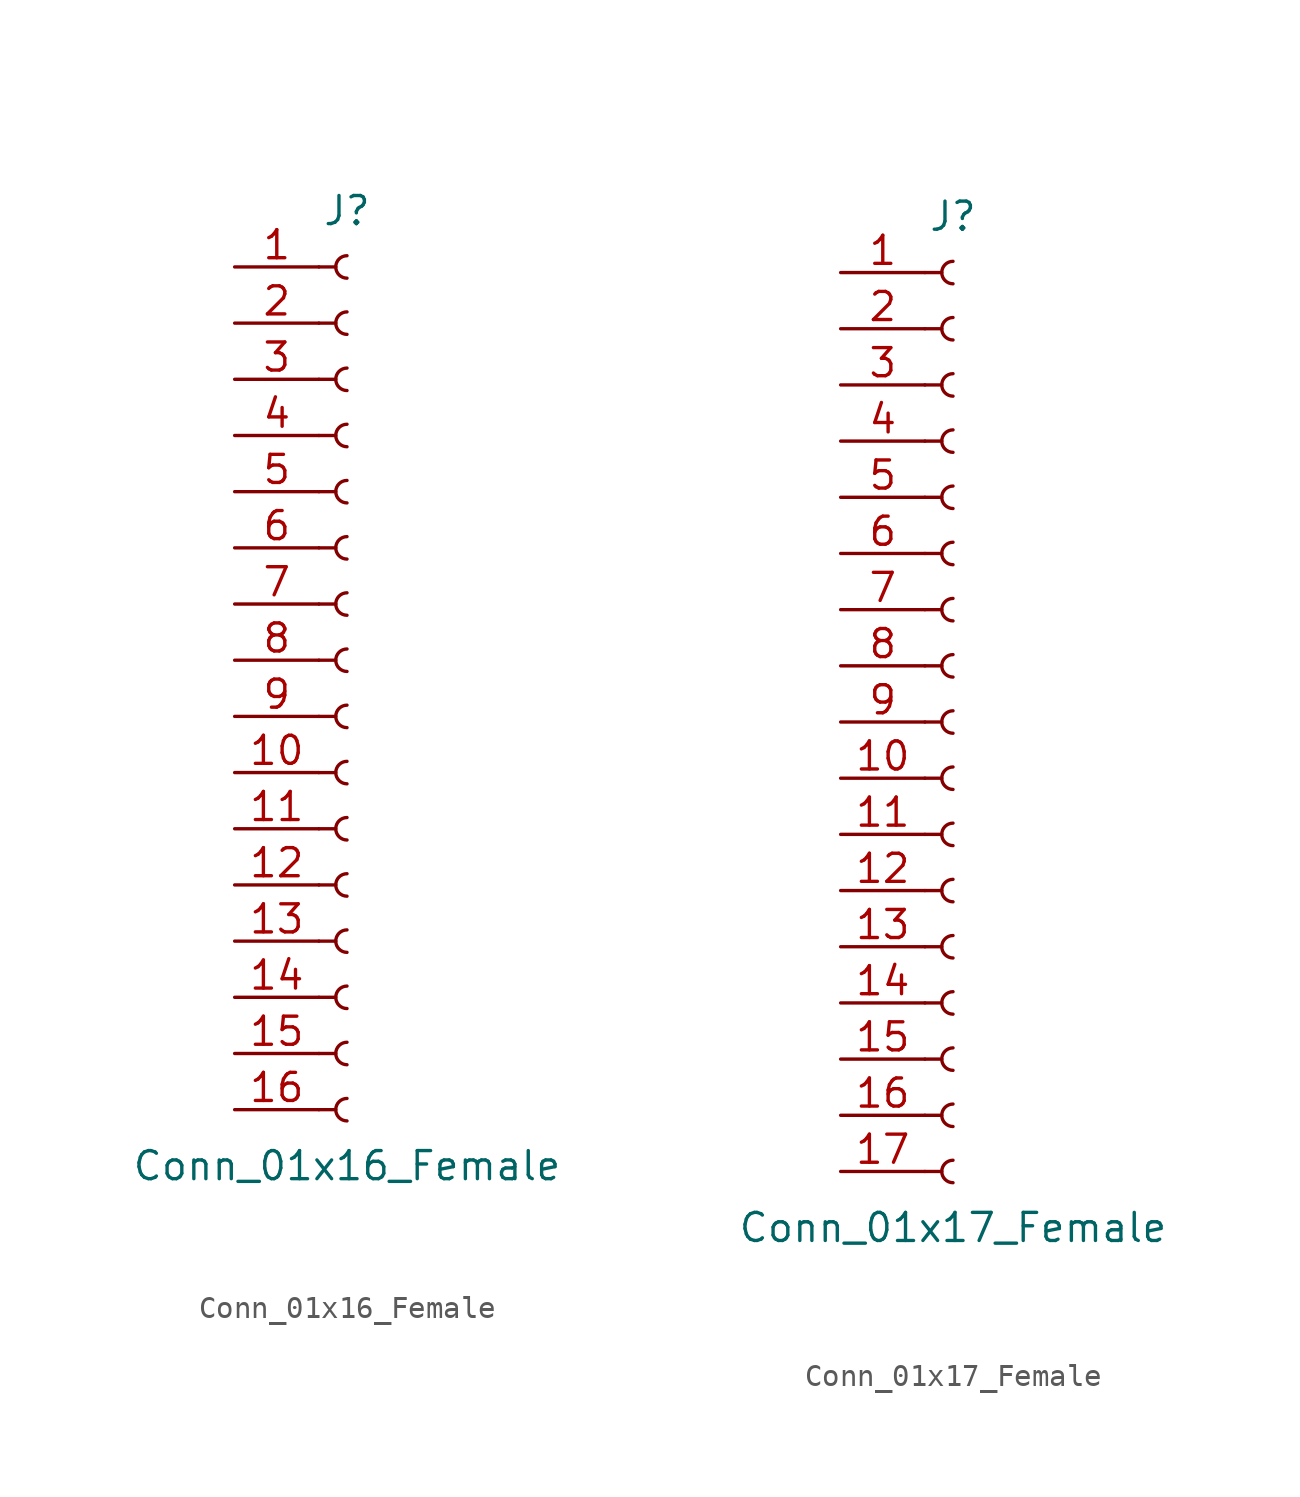
<source format=kicad_sym>
(kicad_symbol_lib
  (version 20201005)
  (generator kicad_symbol_editor)
  (symbol "Conn_01x16_Female"
    (pin_names
      (offset 1.016) hide)
    (property "Reference" "J"
      (at 0 20.32 0)
      (effects (font (size 1.27 1.27))))
    (property "Value" "Conn_01x16_Female"
      (at 0 -22.86 0)
      (effects (font (size 1.27 1.27))))
    (symbol "Conn_01x16_Female_1_1"
      (arc (start 0 -19.812) (end 0 -20.828) (radius (at 0 -20.32) (length 0.508) (angles 90.1 -90.1)) (stroke (width 0.1524)) (fill (type none)))
      (arc (start 0 -17.272) (end 0 -18.288) (radius (at 0 -17.78) (length 0.508) (angles 90.1 -90.1)) (stroke (width 0.1524)) (fill (type none)))
      (arc (start 0 -14.732) (end 0 -15.748) (radius (at 0 -15.24) (length 0.508) (angles 90.1 -90.1)) (stroke (width 0.1524)) (fill (type none)))
      (arc (start 0 -12.192) (end 0 -13.208) (radius (at 0 -12.7) (length 0.508) (angles 90.1 -90.1)) (stroke (width 0.1524)) (fill (type none)))
      (arc (start 0 -9.652) (end 0 -10.668) (radius (at 0 -10.16) (length 0.508) (angles 90.1 -90.1)) (stroke (width 0.1524)) (fill (type none)))
      (arc (start 0 -7.112) (end 0 -8.128) (radius (at 0 -7.62) (length 0.508) (angles 90.1 -90.1)) (stroke (width 0.1524)) (fill (type none)))
      (arc (start 0 -4.572) (end 0 -5.588) (radius (at 0 -5.08) (length 0.508) (angles 90.1 -90.1)) (stroke (width 0.1524)) (fill (type none)))
      (arc (start 0 -2.032) (end 0 -3.048) (radius (at 0 -2.54) (length 0.508) (angles 90.1 -90.1)) (stroke (width 0.1524)) (fill (type none)))
      (arc (start 0 0.508) (end 0 -0.508) (radius (at 0 0) (length 0.508) (angles 90.1 -90.1)) (stroke (width 0.1524)) (fill (type none)))
      (arc (start 0 3.048) (end 0 2.032) (radius (at 0 2.54) (length 0.508) (angles 90.1 -90.1)) (stroke (width 0.1524)) (fill (type none)))
      (arc (start 0 5.588) (end 0 4.572) (radius (at 0 5.08) (length 0.508) (angles 90.1 -90.1)) (stroke (width 0.1524)) (fill (type none)))
      (arc (start 0 8.128) (end 0 7.112) (radius (at 0 7.62) (length 0.508) (angles 90.1 -90.1)) (stroke (width 0.1524)) (fill (type none)))
      (arc (start 0 10.668) (end 0 9.652) (radius (at 0 10.16) (length 0.508) (angles 90.1 -90.1)) (stroke (width 0.1524)) (fill (type none)))
      (arc (start 0 13.208) (end 0 12.192) (radius (at 0 12.7) (length 0.508) (angles 90.1 -90.1)) (stroke (width 0.1524)) (fill (type none)))
      (arc (start 0 15.748) (end 0 14.732) (radius (at 0 15.24) (length 0.508) (angles 90.1 -90.1)) (stroke (width 0.1524)) (fill (type none)))
      (arc (start 0 18.288) (end 0 17.272) (radius (at 0 17.78) (length 0.508) (angles 90.1 -90.1)) (stroke (width 0.1524)) (fill (type none)))
      (polyline (pts (xy -1.27 -20.32) (xy -0.508 -20.32)) (stroke (width 0.152)) (fill (type none)))
      (polyline (pts (xy -1.27 -17.78) (xy -0.508 -17.78)) (stroke (width 0.152)) (fill (type none)))
      (polyline (pts (xy -1.27 -15.24) (xy -0.508 -15.24)) (stroke (width 0.152)) (fill (type none)))
      (polyline (pts (xy -1.27 -12.7) (xy -0.508 -12.7)) (stroke (width 0.152)) (fill (type none)))
      (polyline (pts (xy -1.27 -10.16) (xy -0.508 -10.16)) (stroke (width 0.152)) (fill (type none)))
      (polyline (pts (xy -1.27 -7.62) (xy -0.508 -7.62)) (stroke (width 0.152)) (fill (type none)))
      (polyline (pts (xy -1.27 -5.08) (xy -0.508 -5.08)) (stroke (width 0.152)) (fill (type none)))
      (polyline (pts (xy -1.27 -2.54) (xy -0.508 -2.54)) (stroke (width 0.152)) (fill (type none)))
      (polyline (pts (xy -1.27 0) (xy -0.508 0)) (stroke (width 0.152)) (fill (type none)))
      (polyline (pts (xy -1.27 2.54) (xy -0.508 2.54)) (stroke (width 0.152)) (fill (type none)))
      (polyline (pts (xy -1.27 5.08) (xy -0.508 5.08)) (stroke (width 0.152)) (fill (type none)))
      (polyline (pts (xy -1.27 7.62) (xy -0.508 7.62)) (stroke (width 0.152)) (fill (type none)))
      (polyline (pts (xy -1.27 10.16) (xy -0.508 10.16)) (stroke (width 0.152)) (fill (type none)))
      (polyline (pts (xy -1.27 12.7) (xy -0.508 12.7)) (stroke (width 0.152)) (fill (type none)))
      (polyline (pts (xy -1.27 15.24) (xy -0.508 15.24)) (stroke (width 0.152)) (fill (type none)))
      (polyline (pts (xy -1.27 17.78) (xy -0.508 17.78)) (stroke (width 0.152)) (fill (type none)))
      (pin passive line (at -5.08 17.78 0) (length 3.81) (name "Pin_1" (effects (font (size 1.27 1.27)))) (number "1" (effects (font (size 1.27 1.27)))))
      (pin passive line (at -5.08 -5.08 0) (length 3.81) (name "Pin_10" (effects (font (size 1.27 1.27)))) (number "10" (effects (font (size 1.27 1.27)))))
      (pin passive line (at -5.08 -7.62 0) (length 3.81) (name "Pin_11" (effects (font (size 1.27 1.27)))) (number "11" (effects (font (size 1.27 1.27)))))
      (pin passive line (at -5.08 -10.16 0) (length 3.81) (name "Pin_12" (effects (font (size 1.27 1.27)))) (number "12" (effects (font (size 1.27 1.27)))))
      (pin passive line (at -5.08 -12.7 0) (length 3.81) (name "Pin_13" (effects (font (size 1.27 1.27)))) (number "13" (effects (font (size 1.27 1.27)))))
      (pin passive line (at -5.08 -15.24 0) (length 3.81) (name "Pin_14" (effects (font (size 1.27 1.27)))) (number "14" (effects (font (size 1.27 1.27)))))
      (pin passive line (at -5.08 -17.78 0) (length 3.81) (name "Pin_15" (effects (font (size 1.27 1.27)))) (number "15" (effects (font (size 1.27 1.27)))))
      (pin passive line (at -5.08 -20.32 0) (length 3.81) (name "Pin_16" (effects (font (size 1.27 1.27)))) (number "16" (effects (font (size 1.27 1.27)))))
      (pin passive line (at -5.08 15.24 0) (length 3.81) (name "Pin_2" (effects (font (size 1.27 1.27)))) (number "2" (effects (font (size 1.27 1.27)))))
      (pin passive line (at -5.08 12.7 0) (length 3.81) (name "Pin_3" (effects (font (size 1.27 1.27)))) (number "3" (effects (font (size 1.27 1.27)))))
      (pin passive line (at -5.08 10.16 0) (length 3.81) (name "Pin_4" (effects (font (size 1.27 1.27)))) (number "4" (effects (font (size 1.27 1.27)))))
      (pin passive line (at -5.08 7.62 0) (length 3.81) (name "Pin_5" (effects (font (size 1.27 1.27)))) (number "5" (effects (font (size 1.27 1.27)))))
      (pin passive line (at -5.08 5.08 0) (length 3.81) (name "Pin_6" (effects (font (size 1.27 1.27)))) (number "6" (effects (font (size 1.27 1.27)))))
      (pin passive line (at -5.08 2.54 0) (length 3.81) (name "Pin_7" (effects (font (size 1.27 1.27)))) (number "7" (effects (font (size 1.27 1.27)))))
      (pin passive line (at -5.08 0 0) (length 3.81) (name "Pin_8" (effects (font (size 1.27 1.27)))) (number "8" (effects (font (size 1.27 1.27)))))
      (pin passive line (at -5.08 -2.54 0) (length 3.81) (name "Pin_9" (effects (font (size 1.27 1.27)))) (number "9" (effects (font (size 1.27 1.27)))))))
  (symbol "Conn_01x17_Female"
    (pin_names
      (offset 1.016) hide)
    (property "Reference" "J"
      (at 0 22.86 0)
      (effects (font (size 1.27 1.27))))
    (property "Value" "Conn_01x17_Female"
      (at 0 -22.86 0)
      (effects (font (size 1.27 1.27))))
    (symbol "Conn_01x17_Female_1_1"
      (arc (start 0 -19.812) (end 0 -20.828) (radius (at 0 -20.32) (length 0.508) (angles 90.1 -90.1)) (stroke (width 0.1524)) (fill (type none)))
      (arc (start 0 -17.272) (end 0 -18.288) (radius (at 0 -17.78) (length 0.508) (angles 90.1 -90.1)) (stroke (width 0.1524)) (fill (type none)))
      (arc (start 0 -14.732) (end 0 -15.748) (radius (at 0 -15.24) (length 0.508) (angles 90.1 -90.1)) (stroke (width 0.1524)) (fill (type none)))
      (arc (start 0 -12.192) (end 0 -13.208) (radius (at 0 -12.7) (length 0.508) (angles 90.1 -90.1)) (stroke (width 0.1524)) (fill (type none)))
      (arc (start 0 -9.652) (end 0 -10.668) (radius (at 0 -10.16) (length 0.508) (angles 90.1 -90.1)) (stroke (width 0.1524)) (fill (type none)))
      (arc (start 0 -7.112) (end 0 -8.128) (radius (at 0 -7.62) (length 0.508) (angles 90.1 -90.1)) (stroke (width 0.1524)) (fill (type none)))
      (arc (start 0 -4.572) (end 0 -5.588) (radius (at 0 -5.08) (length 0.508) (angles 90.1 -90.1)) (stroke (width 0.1524)) (fill (type none)))
      (arc (start 0 -2.032) (end 0 -3.048) (radius (at 0 -2.54) (length 0.508) (angles 90.1 -90.1)) (stroke (width 0.1524)) (fill (type none)))
      (arc (start 0 0.508) (end 0 -0.508) (radius (at 0 0) (length 0.508) (angles 90.1 -90.1)) (stroke (width 0.1524)) (fill (type none)))
      (arc (start 0 3.048) (end 0 2.032) (radius (at 0 2.54) (length 0.508) (angles 90.1 -90.1)) (stroke (width 0.1524)) (fill (type none)))
      (arc (start 0 5.588) (end 0 4.572) (radius (at 0 5.08) (length 0.508) (angles 90.1 -90.1)) (stroke (width 0.1524)) (fill (type none)))
      (arc (start 0 8.128) (end 0 7.112) (radius (at 0 7.62) (length 0.508) (angles 90.1 -90.1)) (stroke (width 0.1524)) (fill (type none)))
      (arc (start 0 10.668) (end 0 9.652) (radius (at 0 10.16) (length 0.508) (angles 90.1 -90.1)) (stroke (width 0.1524)) (fill (type none)))
      (arc (start 0 13.208) (end 0 12.192) (radius (at 0 12.7) (length 0.508) (angles 90.1 -90.1)) (stroke (width 0.1524)) (fill (type none)))
      (arc (start 0 15.748) (end 0 14.732) (radius (at 0 15.24) (length 0.508) (angles 90.1 -90.1)) (stroke (width 0.1524)) (fill (type none)))
      (arc (start 0 18.288) (end 0 17.272) (radius (at 0 17.78) (length 0.508) (angles 90.1 -90.1)) (stroke (width 0.1524)) (fill (type none)))
      (arc (start 0 20.828) (end 0 19.812) (radius (at 0 20.32) (length 0.508) (angles 90.1 -90.1)) (stroke (width 0.1524)) (fill (type none)))
      (polyline (pts (xy -1.27 -20.32) (xy -0.508 -20.32)) (stroke (width 0.152)) (fill (type none)))
      (polyline (pts (xy -1.27 -17.78) (xy -0.508 -17.78)) (stroke (width 0.152)) (fill (type none)))
      (polyline (pts (xy -1.27 -15.24) (xy -0.508 -15.24)) (stroke (width 0.152)) (fill (type none)))
      (polyline (pts (xy -1.27 -12.7) (xy -0.508 -12.7)) (stroke (width 0.152)) (fill (type none)))
      (polyline (pts (xy -1.27 -10.16) (xy -0.508 -10.16)) (stroke (width 0.152)) (fill (type none)))
      (polyline (pts (xy -1.27 -7.62) (xy -0.508 -7.62)) (stroke (width 0.152)) (fill (type none)))
      (polyline (pts (xy -1.27 -5.08) (xy -0.508 -5.08)) (stroke (width 0.152)) (fill (type none)))
      (polyline (pts (xy -1.27 -2.54) (xy -0.508 -2.54)) (stroke (width 0.152)) (fill (type none)))
      (polyline (pts (xy -1.27 0) (xy -0.508 0)) (stroke (width 0.152)) (fill (type none)))
      (polyline (pts (xy -1.27 2.54) (xy -0.508 2.54)) (stroke (width 0.152)) (fill (type none)))
      (polyline (pts (xy -1.27 5.08) (xy -0.508 5.08)) (stroke (width 0.152)) (fill (type none)))
      (polyline (pts (xy -1.27 7.62) (xy -0.508 7.62)) (stroke (width 0.152)) (fill (type none)))
      (polyline (pts (xy -1.27 10.16) (xy -0.508 10.16)) (stroke (width 0.152)) (fill (type none)))
      (polyline (pts (xy -1.27 12.7) (xy -0.508 12.7)) (stroke (width 0.152)) (fill (type none)))
      (polyline (pts (xy -1.27 15.24) (xy -0.508 15.24)) (stroke (width 0.152)) (fill (type none)))
      (polyline (pts (xy -1.27 17.78) (xy -0.508 17.78)) (stroke (width 0.152)) (fill (type none)))
      (polyline (pts (xy -1.27 20.32) (xy -0.508 20.32)) (stroke (width 0.152)) (fill (type none)))
      (pin passive line (at -5.08 20.32 0) (length 3.81) (name "Pin_1" (effects (font (size 1.27 1.27)))) (number "1" (effects (font (size 1.27 1.27)))))
      (pin passive line (at -5.08 -2.54 0) (length 3.81) (name "Pin_10" (effects (font (size 1.27 1.27)))) (number "10" (effects (font (size 1.27 1.27)))))
      (pin passive line (at -5.08 -5.08 0) (length 3.81) (name "Pin_11" (effects (font (size 1.27 1.27)))) (number "11" (effects (font (size 1.27 1.27)))))
      (pin passive line (at -5.08 -7.62 0) (length 3.81) (name "Pin_12" (effects (font (size 1.27 1.27)))) (number "12" (effects (font (size 1.27 1.27)))))
      (pin passive line (at -5.08 -10.16 0) (length 3.81) (name "Pin_13" (effects (font (size 1.27 1.27)))) (number "13" (effects (font (size 1.27 1.27)))))
      (pin passive line (at -5.08 -12.7 0) (length 3.81) (name "Pin_14" (effects (font (size 1.27 1.27)))) (number "14" (effects (font (size 1.27 1.27)))))
      (pin passive line (at -5.08 -15.24 0) (length 3.81) (name "Pin_15" (effects (font (size 1.27 1.27)))) (number "15" (effects (font (size 1.27 1.27)))))
      (pin passive line (at -5.08 -17.78 0) (length 3.81) (name "Pin_16" (effects (font (size 1.27 1.27)))) (number "16" (effects (font (size 1.27 1.27)))))
      (pin passive line (at -5.08 -20.32 0) (length 3.81) (name "Pin_17" (effects (font (size 1.27 1.27)))) (number "17" (effects (font (size 1.27 1.27)))))
      (pin passive line (at -5.08 17.78 0) (length 3.81) (name "Pin_2" (effects (font (size 1.27 1.27)))) (number "2" (effects (font (size 1.27 1.27)))))
      (pin passive line (at -5.08 15.24 0) (length 3.81) (name "Pin_3" (effects (font (size 1.27 1.27)))) (number "3" (effects (font (size 1.27 1.27)))))
      (pin passive line (at -5.08 12.7 0) (length 3.81) (name "Pin_4" (effects (font (size 1.27 1.27)))) (number "4" (effects (font (size 1.27 1.27)))))
      (pin passive line (at -5.08 10.16 0) (length 3.81) (name "Pin_5" (effects (font (size 1.27 1.27)))) (number "5" (effects (font (size 1.27 1.27)))))
      (pin passive line (at -5.08 7.62 0) (length 3.81) (name "Pin_6" (effects (font (size 1.27 1.27)))) (number "6" (effects (font (size 1.27 1.27)))))
      (pin passive line (at -5.08 5.08 0) (length 3.81) (name "Pin_7" (effects (font (size 1.27 1.27)))) (number "7" (effects (font (size 1.27 1.27)))))
      (pin passive line (at -5.08 2.54 0) (length 3.81) (name "Pin_8" (effects (font (size 1.27 1.27)))) (number "8" (effects (font (size 1.27 1.27)))))
      (pin passive line (at -5.08 0 0) (length 3.81) (name "Pin_9" (effects (font (size 1.27 1.27)))) (number "9" (effects (font (size 1.27 1.27))))))))
</source>
